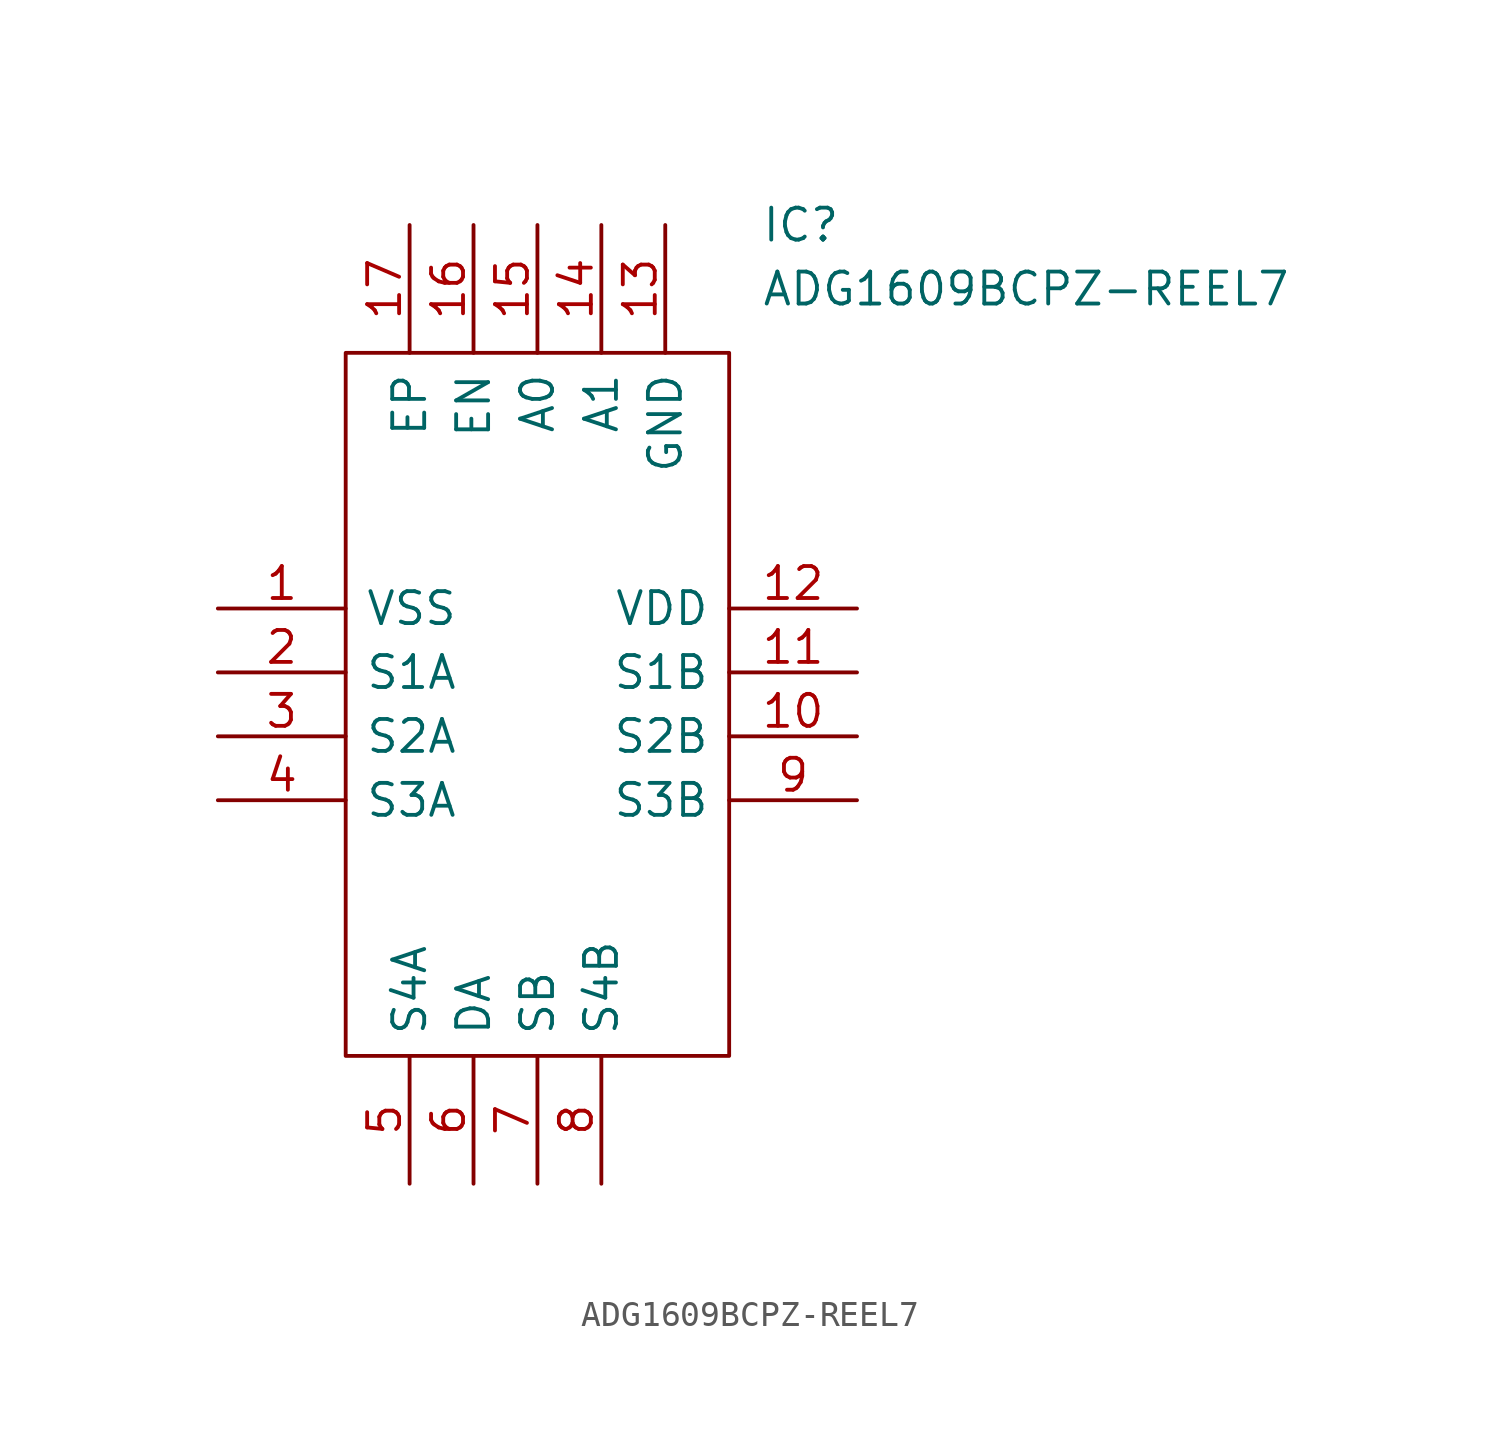
<source format=kicad_sym>
(kicad_symbol_lib
  (version 20220914)
  (generator kicad_symbol_editor)
  (symbol "ADG1609BCPZ-REEL7"
    (pin_names
      (offset 0.762))
    (property "Reference" "IC"
      (at 21.59 15.24 0)
      (effects (font (size 1.27 1.27)) (justify left)))
    (property "Value" "ADG1609BCPZ-REEL7"
      (at 21.59 12.7 0)
      (effects (font (size 1.27 1.27)) (justify left)))
    (symbol "ADG1609BCPZ-REEL7_0_0"
      (pin passive line (at 0 0 0) (length 5.08) (name "VSS" (effects (font (size 1.27 1.27)))) (number "1" (effects (font (size 1.27 1.27)))))
      (pin passive line (at 25.4 -5.08 180) (length 5.08) (name "S2B" (effects (font (size 1.27 1.27)))) (number "10" (effects (font (size 1.27 1.27)))))
      (pin passive line (at 25.4 -2.54 180) (length 5.08) (name "S1B" (effects (font (size 1.27 1.27)))) (number "11" (effects (font (size 1.27 1.27)))))
      (pin passive line (at 25.4 0 180) (length 5.08) (name "VDD" (effects (font (size 1.27 1.27)))) (number "12" (effects (font (size 1.27 1.27)))))
      (pin passive line (at 17.78 15.24 270) (length 5.08) (name "GND" (effects (font (size 1.27 1.27)))) (number "13" (effects (font (size 1.27 1.27)))))
      (pin passive line (at 15.24 15.24 270) (length 5.08) (name "A1" (effects (font (size 1.27 1.27)))) (number "14" (effects (font (size 1.27 1.27)))))
      (pin passive line (at 12.7 15.24 270) (length 5.08) (name "A0" (effects (font (size 1.27 1.27)))) (number "15" (effects (font (size 1.27 1.27)))))
      (pin passive line (at 10.16 15.24 270) (length 5.08) (name "EN" (effects (font (size 1.27 1.27)))) (number "16" (effects (font (size 1.27 1.27)))))
      (pin passive line (at 7.62 15.24 270) (length 5.08) (name "EP" (effects (font (size 1.27 1.27)))) (number "17" (effects (font (size 1.27 1.27)))))
      (pin passive line (at 0 -2.54 0) (length 5.08) (name "S1A" (effects (font (size 1.27 1.27)))) (number "2" (effects (font (size 1.27 1.27)))))
      (pin passive line (at 0 -5.08 0) (length 5.08) (name "S2A" (effects (font (size 1.27 1.27)))) (number "3" (effects (font (size 1.27 1.27)))))
      (pin passive line (at 0 -7.62 0) (length 5.08) (name "S3A" (effects (font (size 1.27 1.27)))) (number "4" (effects (font (size 1.27 1.27)))))
      (pin passive line (at 7.62 -22.86 90) (length 5.08) (name "S4A" (effects (font (size 1.27 1.27)))) (number "5" (effects (font (size 1.27 1.27)))))
      (pin passive line (at 10.16 -22.86 90) (length 5.08) (name "DA" (effects (font (size 1.27 1.27)))) (number "6" (effects (font (size 1.27 1.27)))))
      (pin passive line (at 12.7 -22.86 90) (length 5.08) (name "SB" (effects (font (size 1.27 1.27)))) (number "7" (effects (font (size 1.27 1.27)))))
      (pin passive line (at 15.24 -22.86 90) (length 5.08) (name "S4B" (effects (font (size 1.27 1.27)))) (number "8" (effects (font (size 1.27 1.27)))))
      (pin passive line (at 25.4 -7.62 180) (length 5.08) (name "S3B" (effects (font (size 1.27 1.27)))) (number "9" (effects (font (size 1.27 1.27))))))
    (symbol "ADG1609BCPZ-REEL7_0_1"
      (polyline (pts (xy 5.08 10.16) (xy 20.32 10.16) (xy 20.32 -17.78) (xy 5.08 -17.78) (xy 5.08 10.16)) (stroke (width 0.152) (type default)) (fill (type none))))))
</source>
